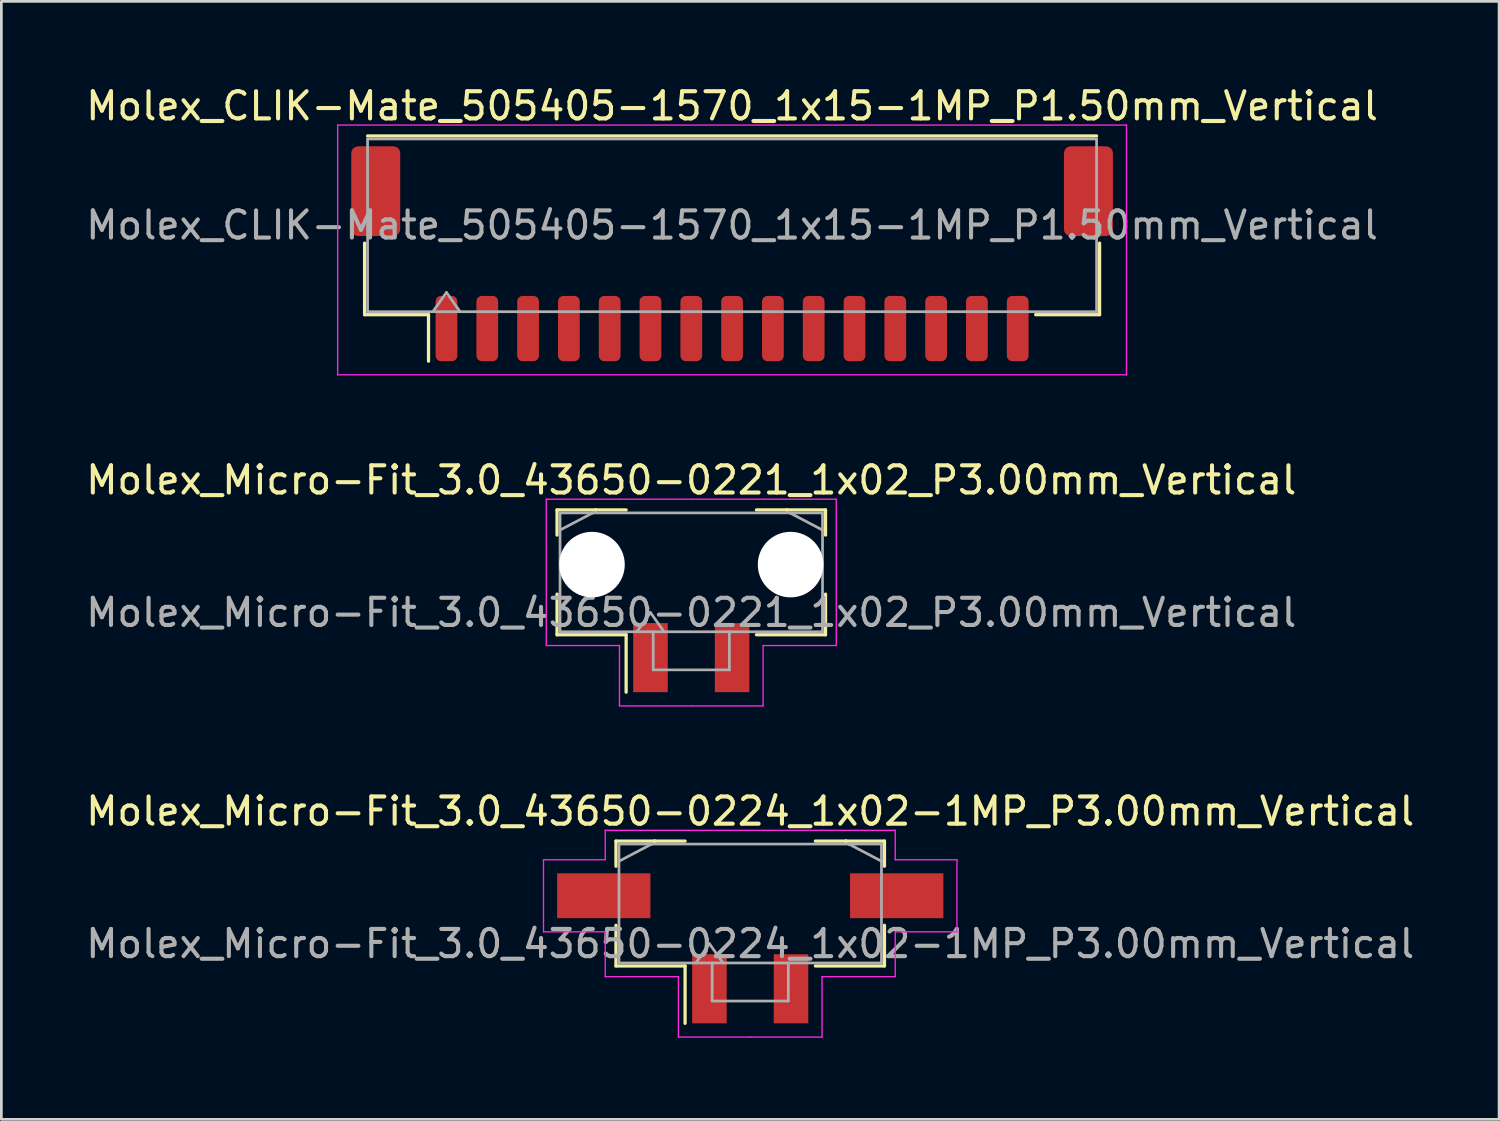
<source format=kicad_pcb>
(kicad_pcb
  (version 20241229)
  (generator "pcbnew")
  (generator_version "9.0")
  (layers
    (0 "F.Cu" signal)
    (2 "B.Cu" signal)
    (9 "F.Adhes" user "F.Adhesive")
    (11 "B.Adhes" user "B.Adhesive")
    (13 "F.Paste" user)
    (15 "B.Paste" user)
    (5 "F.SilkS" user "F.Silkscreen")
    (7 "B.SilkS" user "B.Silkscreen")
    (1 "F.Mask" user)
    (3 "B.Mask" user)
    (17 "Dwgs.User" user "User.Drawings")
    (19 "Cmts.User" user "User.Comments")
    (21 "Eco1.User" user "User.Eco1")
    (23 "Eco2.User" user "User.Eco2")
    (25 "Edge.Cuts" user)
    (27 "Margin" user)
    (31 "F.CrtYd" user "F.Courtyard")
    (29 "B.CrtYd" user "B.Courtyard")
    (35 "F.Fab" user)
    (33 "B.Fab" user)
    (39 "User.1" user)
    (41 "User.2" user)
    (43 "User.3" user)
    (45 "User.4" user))
  (footprint "Molex_Micro-Fit_3.0_43650-0221_1x02_P3.00mm_Vertical"
    (layer "F.Cu")
    (at 22.363 17.991)
    (property "Reference" "Molex_Micro-Fit_3.0_43650-0221_1x02_P3.00mm_Vertical" (at 0 -3.39 0) (layer "F.SilkS") (effects (font (size 1 1) (thickness 0.15))))
    (attr smd)
    (fp_line (start -4.935 -2.295) (end -3.515 -2.295) (stroke (width 0.12) (type solid)) (layer "F.SilkS"))
    (fp_line (start -4.935 -1.37) (end -4.935 -2.295) (stroke (width 0.12) (type solid)) (layer "F.SilkS"))
    (fp_line (start -4.935 0.8) (end -4.935 2.295) (stroke (width 0.12) (type solid)) (layer "F.SilkS"))
    (fp_line (start -4.935 2.295) (end -2.395 2.295) (stroke (width 0.12) (type solid)) (layer "F.SilkS"))
    (fp_line (start -3.515 -2.295) (end -3.515 -2.295) (stroke (width 0.12) (type solid)) (layer "F.SilkS"))
    (fp_line (start -3.515 -2.295) (end -2.395 -2.295) (stroke (width 0.12) (type solid)) (layer "F.SilkS"))
    (fp_line (start -2.395 2.295) (end -2.395 4.405) (stroke (width 0.12) (type solid)) (layer "F.SilkS"))
    (fp_line (start 3.515 -2.295) (end 2.395 -2.295) (stroke (width 0.12) (type solid)) (layer "F.SilkS"))
    (fp_line (start 3.515 -2.295) (end 3.515 -2.295) (stroke (width 0.12) (type solid)) (layer "F.SilkS"))
    (fp_line (start 4.935 -2.295) (end 3.515 -2.295) (stroke (width 0.12) (type solid)) (layer "F.SilkS"))
    (fp_line (start 4.935 -1.37) (end 4.935 -2.295) (stroke (width 0.12) (type solid)) (layer "F.SilkS"))
    (fp_line (start 4.935 0.8) (end 4.935 2.295) (stroke (width 0.12) (type solid)) (layer "F.SilkS"))
    (fp_line (start 4.935 2.295) (end 2.395 2.295) (stroke (width 0.12) (type solid)) (layer "F.SilkS"))
    (fp_line (start -5.33 -2.69) (end -5.33 2.69) (stroke (width 0.05) (type solid)) (layer "F.CrtYd"))
    (fp_line (start -5.33 2.69) (end -2.64 2.69) (stroke (width 0.05) (type solid)) (layer "F.CrtYd"))
    (fp_line (start -2.64 -2.69) (end -5.33 -2.69) (stroke (width 0.05) (type solid)) (layer "F.CrtYd"))
    (fp_line (start -2.64 2.69) (end -2.64 4.91) (stroke (width 0.05) (type solid)) (layer "F.CrtYd"))
    (fp_line (start -2.64 4.91) (end 0 4.91) (stroke (width 0.05) (type solid)) (layer "F.CrtYd"))
    (fp_line (start 0 -2.69) (end -2.64 -2.69) (stroke (width 0.05) (type solid)) (layer "F.CrtYd"))
    (fp_line (start 0 -2.69) (end 2.64 -2.69) (stroke (width 0.05) (type solid)) (layer "F.CrtYd"))
    (fp_line (start 2.64 -2.69) (end 5.33 -2.69) (stroke (width 0.05) (type solid)) (layer "F.CrtYd"))
    (fp_line (start 2.64 2.69) (end 2.64 4.91) (stroke (width 0.05) (type solid)) (layer "F.CrtYd"))
    (fp_line (start 2.64 4.91) (end 0 4.91) (stroke (width 0.05) (type solid)) (layer "F.CrtYd"))
    (fp_line (start 5.33 -2.69) (end 5.33 2.69) (stroke (width 0.05) (type solid)) (layer "F.CrtYd"))
    (fp_line (start 5.33 2.69) (end 2.64 2.69) (stroke (width 0.05) (type solid)) (layer "F.CrtYd"))
    (fp_line (start -4.825 -2.185) (end -4.825 2.185) (stroke (width 0.1) (type solid)) (layer "F.Fab"))
    (fp_line (start -4.825 -1.555) (end -3.625 -2.185) (stroke (width 0.1) (type solid)) (layer "F.Fab"))
    (fp_line (start -4.825 2.185) (end 4.825 2.185) (stroke (width 0.1) (type solid)) (layer "F.Fab"))
    (fp_line (start -3.625 -2.185) (end -4.825 -2.185) (stroke (width 0.1) (type solid)) (layer "F.Fab"))
    (fp_line (start -3.625 -2.185) (end -3.625 -2.185) (stroke (width 0.1) (type solid)) (layer "F.Fab"))
    (fp_line (start -2 2.185) (end -1.5 1.478) (stroke (width 0.1) (type solid)) (layer "F.Fab"))
    (fp_line (start -1.5 1.478) (end -1 2.185) (stroke (width 0.1) (type solid)) (layer "F.Fab"))
    (fp_line (start -1.4 2.185) (end -1.4 3.585) (stroke (width 0.1) (type solid)) (layer "F.Fab"))
    (fp_line (start -1.4 3.585) (end 1.4 3.585) (stroke (width 0.1) (type solid)) (layer "F.Fab"))
    (fp_line (start 1.4 3.585) (end 1.4 2.185) (stroke (width 0.1) (type solid)) (layer "F.Fab"))
    (fp_line (start 3.625 -2.185) (end -3.625 -2.185) (stroke (width 0.1) (type solid)) (layer "F.Fab"))
    (fp_line (start 3.625 -2.185) (end 3.625 -2.185) (stroke (width 0.1) (type solid)) (layer "F.Fab"))
    (fp_line (start 4.825 -2.185) (end 3.625 -2.185) (stroke (width 0.1) (type solid)) (layer "F.Fab"))
    (fp_line (start 4.825 -1.555) (end 3.625 -2.185) (stroke (width 0.1) (type solid)) (layer "F.Fab"))
    (fp_line (start 4.825 2.185) (end 4.825 -2.185) (stroke (width 0.1) (type solid)) (layer "F.Fab"))
    (fp_text user "${REFERENCE}" (at 0 1.48 0) (layer "F.Fab") (effects (font (size 1 1) (thickness 0.15))))
    (pad "" np_thru_hole circle (at -3.65 -0.285) (size 2.41 2.41) (drill 2.41) (layers "*.Cu" "*.Mask"))
    (pad "" np_thru_hole circle (at 3.65 -0.285) (size 2.41 2.41) (drill 2.41) (layers "*.Cu" "*.Mask"))
    (pad "1" smd rect (at -1.5 3.135) (size 1.27 2.54) (layers "F.Cu" "F.Mask" "F.Paste"))
    (pad "2" smd rect (at 1.5 3.135) (size 1.27 2.54) (layers "F.Cu" "F.Mask" "F.Paste")))
  (footprint "Molex_Micro-Fit_3.0_43650-0224_1x02-1MP_P3.00mm_Vertical"
    (layer "F.Cu")
    (at 24.53 30.165)
    (property "Reference" "Molex_Micro-Fit_3.0_43650-0224_1x02-1MP_P3.00mm_Vertical" (at 0 -3.39 0) (layer "F.SilkS") (effects (font (size 1 1) (thickness 0.15))))
    (attr smd)
    (fp_line (start -4.935 -2.295) (end -3.515 -2.295) (stroke (width 0.12) (type solid)) (layer "F.SilkS"))
    (fp_line (start -4.935 -1.37) (end -4.935 -2.295) (stroke (width 0.12) (type solid)) (layer "F.SilkS"))
    (fp_line (start -4.935 0.8) (end -4.935 2.295) (stroke (width 0.12) (type solid)) (layer "F.SilkS"))
    (fp_line (start -4.935 2.295) (end -2.395 2.295) (stroke (width 0.12) (type solid)) (layer "F.SilkS"))
    (fp_line (start -3.515 -2.295) (end -3.515 -2.295) (stroke (width 0.12) (type solid)) (layer "F.SilkS"))
    (fp_line (start -3.515 -2.295) (end -2.395 -2.295) (stroke (width 0.12) (type solid)) (layer "F.SilkS"))
    (fp_line (start -2.395 2.295) (end -2.395 4.405) (stroke (width 0.12) (type solid)) (layer "F.SilkS"))
    (fp_line (start 3.515 -2.295) (end 2.395 -2.295) (stroke (width 0.12) (type solid)) (layer "F.SilkS"))
    (fp_line (start 3.515 -2.295) (end 3.515 -2.295) (stroke (width 0.12) (type solid)) (layer "F.SilkS"))
    (fp_line (start 4.935 -2.295) (end 3.515 -2.295) (stroke (width 0.12) (type solid)) (layer "F.SilkS"))
    (fp_line (start 4.935 -1.37) (end 4.935 -2.295) (stroke (width 0.12) (type solid)) (layer "F.SilkS"))
    (fp_line (start 4.935 0.8) (end 4.935 2.295) (stroke (width 0.12) (type solid)) (layer "F.SilkS"))
    (fp_line (start 4.935 2.295) (end 2.395 2.295) (stroke (width 0.12) (type solid)) (layer "F.SilkS"))
    (fp_line (start -7.6 -1.61) (end -7.6 1.04) (stroke (width 0.05) (type solid)) (layer "F.CrtYd"))
    (fp_line (start -7.6 1.04) (end -5.33 1.04) (stroke (width 0.05) (type solid)) (layer "F.CrtYd"))
    (fp_line (start -5.33 -2.69) (end -5.33 -1.61) (stroke (width 0.05) (type solid)) (layer "F.CrtYd"))
    (fp_line (start -5.33 -1.61) (end -7.6 -1.61) (stroke (width 0.05) (type solid)) (layer "F.CrtYd"))
    (fp_line (start -5.33 1.04) (end -5.33 2.69) (stroke (width 0.05) (type solid)) (layer "F.CrtYd"))
    (fp_line (start -5.33 2.69) (end -2.64 2.69) (stroke (width 0.05) (type solid)) (layer "F.CrtYd"))
    (fp_line (start -2.64 -2.69) (end -5.33 -2.69) (stroke (width 0.05) (type solid)) (layer "F.CrtYd"))
    (fp_line (start -2.64 2.69) (end -2.64 4.91) (stroke (width 0.05) (type solid)) (layer "F.CrtYd"))
    (fp_line (start -2.64 4.91) (end 0 4.91) (stroke (width 0.05) (type solid)) (layer "F.CrtYd"))
    (fp_line (start 0 -2.69) (end -2.64 -2.69) (stroke (width 0.05) (type solid)) (layer "F.CrtYd"))
    (fp_line (start 0 -2.69) (end 2.64 -2.69) (stroke (width 0.05) (type solid)) (layer "F.CrtYd"))
    (fp_line (start 2.64 -2.69) (end 5.33 -2.69) (stroke (width 0.05) (type solid)) (layer "F.CrtYd"))
    (fp_line (start 2.64 2.69) (end 2.64 4.91) (stroke (width 0.05) (type solid)) (layer "F.CrtYd"))
    (fp_line (start 2.64 4.91) (end 0 4.91) (stroke (width 0.05) (type solid)) (layer "F.CrtYd"))
    (fp_line (start 5.33 -2.69) (end 5.33 -1.61) (stroke (width 0.05) (type solid)) (layer "F.CrtYd"))
    (fp_line (start 5.33 -1.61) (end 7.6 -1.61) (stroke (width 0.05) (type solid)) (layer "F.CrtYd"))
    (fp_line (start 5.33 1.04) (end 5.33 2.69) (stroke (width 0.05) (type solid)) (layer "F.CrtYd"))
    (fp_line (start 5.33 2.69) (end 2.64 2.69) (stroke (width 0.05) (type solid)) (layer "F.CrtYd"))
    (fp_line (start 7.6 -1.61) (end 7.6 1.04) (stroke (width 0.05) (type solid)) (layer "F.CrtYd"))
    (fp_line (start 7.6 1.04) (end 5.33 1.04) (stroke (width 0.05) (type solid)) (layer "F.CrtYd"))
    (fp_line (start -4.825 -2.185) (end -4.825 2.185) (stroke (width 0.1) (type solid)) (layer "F.Fab"))
    (fp_line (start -4.825 -1.555) (end -3.625 -2.185) (stroke (width 0.1) (type solid)) (layer "F.Fab"))
    (fp_line (start -4.825 2.185) (end 4.825 2.185) (stroke (width 0.1) (type solid)) (layer "F.Fab"))
    (fp_line (start -3.625 -2.185) (end -4.825 -2.185) (stroke (width 0.1) (type solid)) (layer "F.Fab"))
    (fp_line (start -3.625 -2.185) (end -3.625 -2.185) (stroke (width 0.1) (type solid)) (layer "F.Fab"))
    (fp_line (start -2 2.185) (end -1.5 1.478) (stroke (width 0.1) (type solid)) (layer "F.Fab"))
    (fp_line (start -1.5 1.478) (end -1 2.185) (stroke (width 0.1) (type solid)) (layer "F.Fab"))
    (fp_line (start -1.4 2.185) (end -1.4 3.585) (stroke (width 0.1) (type solid)) (layer "F.Fab"))
    (fp_line (start -1.4 3.585) (end 1.4 3.585) (stroke (width 0.1) (type solid)) (layer "F.Fab"))
    (fp_line (start 1.4 3.585) (end 1.4 2.185) (stroke (width 0.1) (type solid)) (layer "F.Fab"))
    (fp_line (start 3.625 -2.185) (end -3.625 -2.185) (stroke (width 0.1) (type solid)) (layer "F.Fab"))
    (fp_line (start 3.625 -2.185) (end 3.625 -2.185) (stroke (width 0.1) (type solid)) (layer "F.Fab"))
    (fp_line (start 4.825 -2.185) (end 3.625 -2.185) (stroke (width 0.1) (type solid)) (layer "F.Fab"))
    (fp_line (start 4.825 -1.555) (end 3.625 -2.185) (stroke (width 0.1) (type solid)) (layer "F.Fab"))
    (fp_line (start 4.825 2.185) (end 4.825 -2.185) (stroke (width 0.1) (type solid)) (layer "F.Fab"))
    (fp_text user "${REFERENCE}" (at 0 1.48 0) (layer "F.Fab") (effects (font (size 1 1) (thickness 0.15))))
    (pad "1" smd rect (at -1.5 3.135) (size 1.27 2.54) (layers "F.Cu" "F.Mask" "F.Paste"))
    (pad "2" smd rect (at 1.5 3.135) (size 1.27 2.54) (layers "F.Cu" "F.Mask" "F.Paste"))
    (pad "MP" smd rect (at -5.385 -0.285) (size 3.43 1.65) (layers "F.Cu" "F.Mask" "F.Paste"))
    (pad "MP" smd rect (at 5.385 -0.285) (size 3.43 1.65) (layers "F.Cu" "F.Mask" "F.Paste")))
  (footprint "Molex_CLIK-Mate_505405-1570_1x15-1MP_P1.50mm_Vertical"
    (layer "F.Cu")
    (at 23.863 6.278)
    (property "Reference" "Molex_CLIK-Mate_505405-1570_1x15-1MP_P1.50mm_Vertical" (at 0 -5.43 0) (layer "F.SilkS") (effects (font (size 1 1) (thickness 0.15))))
    (attr smd)
    (fp_line (start -13.51 -0.39) (end -13.51 2.24) (stroke (width 0.12) (type solid)) (layer "F.SilkS"))
    (fp_line (start -13.51 2.24) (end -11.16 2.24) (stroke (width 0.12) (type solid)) (layer "F.SilkS"))
    (fp_line (start -13.4 -4.33) (end 13.4 -4.33) (stroke (width 0.12) (type solid)) (layer "F.SilkS"))
    (fp_line (start -11.16 2.24) (end -11.16 3.95) (stroke (width 0.12) (type solid)) (layer "F.SilkS"))
    (fp_line (start 13.51 -0.39) (end 13.51 2.24) (stroke (width 0.12) (type solid)) (layer "F.SilkS"))
    (fp_line (start 13.51 2.24) (end 11.16 2.24) (stroke (width 0.12) (type solid)) (layer "F.SilkS"))
    (fp_line (start -14.5 -4.73) (end -14.5 4.45) (stroke (width 0.05) (type solid)) (layer "F.CrtYd"))
    (fp_line (start -14.5 4.45) (end 14.5 4.45) (stroke (width 0.05) (type solid)) (layer "F.CrtYd"))
    (fp_line (start 14.5 -4.73) (end -14.5 -4.73) (stroke (width 0.05) (type solid)) (layer "F.CrtYd"))
    (fp_line (start 14.5 4.45) (end 14.5 -4.73) (stroke (width 0.05) (type solid)) (layer "F.CrtYd"))
    (fp_line (start -13.4 -4.22) (end 13.4 -4.22) (stroke (width 0.1) (type solid)) (layer "F.Fab"))
    (fp_line (start -13.4 2.13) (end -13.4 -4.22) (stroke (width 0.1) (type solid)) (layer "F.Fab"))
    (fp_line (start -13.4 2.13) (end 13.4 2.13) (stroke (width 0.1) (type solid)) (layer "F.Fab"))
    (fp_line (start -11 2.13) (end -10.5 1.423) (stroke (width 0.1) (type solid)) (layer "F.Fab"))
    (fp_line (start -10.5 1.423) (end -10 2.13) (stroke (width 0.1) (type solid)) (layer "F.Fab"))
    (fp_line (start 13.4 2.13) (end 13.4 -4.22) (stroke (width 0.1) (type solid)) (layer "F.Fab"))
    (fp_text user "${REFERENCE}" (at 0 -1.05 0) (layer "F.Fab") (effects (font (size 1 1) (thickness 0.15))))
    (pad "1" smd roundrect (at -10.5 2.75) (size 0.8 2.4) (layers "F.Cu" "F.Mask" "F.Paste") (roundrect_rratio 0.25))
    (pad "2" smd roundrect (at -9 2.75) (size 0.8 2.4) (layers "F.Cu" "F.Mask" "F.Paste") (roundrect_rratio 0.25))
    (pad "3" smd roundrect (at -7.5 2.75) (size 0.8 2.4) (layers "F.Cu" "F.Mask" "F.Paste") (roundrect_rratio 0.25))
    (pad "4" smd roundrect (at -6 2.75) (size 0.8 2.4) (layers "F.Cu" "F.Mask" "F.Paste") (roundrect_rratio 0.25))
    (pad "5" smd roundrect (at -4.5 2.75) (size 0.8 2.4) (layers "F.Cu" "F.Mask" "F.Paste") (roundrect_rratio 0.25))
    (pad "6" smd roundrect (at -3 2.75) (size 0.8 2.4) (layers "F.Cu" "F.Mask" "F.Paste") (roundrect_rratio 0.25))
    (pad "7" smd roundrect (at -1.5 2.75) (size 0.8 2.4) (layers "F.Cu" "F.Mask" "F.Paste") (roundrect_rratio 0.25))
    (pad "8" smd roundrect (at 0 2.75) (size 0.8 2.4) (layers "F.Cu" "F.Mask" "F.Paste") (roundrect_rratio 0.25))
    (pad "9" smd roundrect (at 1.5 2.75) (size 0.8 2.4) (layers "F.Cu" "F.Mask" "F.Paste") (roundrect_rratio 0.25))
    (pad "10" smd roundrect (at 3 2.75) (size 0.8 2.4) (layers "F.Cu" "F.Mask" "F.Paste") (roundrect_rratio 0.25))
    (pad "11" smd roundrect (at 4.5 2.75) (size 0.8 2.4) (layers "F.Cu" "F.Mask" "F.Paste") (roundrect_rratio 0.25))
    (pad "12" smd roundrect (at 6 2.75) (size 0.8 2.4) (layers "F.Cu" "F.Mask" "F.Paste") (roundrect_rratio 0.25))
    (pad "13" smd roundrect (at 7.5 2.75) (size 0.8 2.4) (layers "F.Cu" "F.Mask" "F.Paste") (roundrect_rratio 0.25))
    (pad "14" smd roundrect (at 9 2.75) (size 0.8 2.4) (layers "F.Cu" "F.Mask" "F.Paste") (roundrect_rratio 0.25))
    (pad "15" smd roundrect (at 10.5 2.75) (size 0.8 2.4) (layers "F.Cu" "F.Mask" "F.Paste") (roundrect_rratio 0.25))
    (pad "MP" smd roundrect (at -13.1 -2.3) (size 1.8 3.3) (layers "F.Cu" "F.Mask" "F.Paste") (roundrect_rratio 0.139))
    (pad "MP" smd roundrect (at 13.1 -2.3) (size 1.8 3.3) (layers "F.Cu" "F.Mask" "F.Paste") (roundrect_rratio 0.139)))
  (gr_rect
    (start -3 -3)
    (end 52.06 38.1)
    (stroke (width 0.1) (type default))
    (fill no)
    (layer "Edge.Cuts")))
</source>
